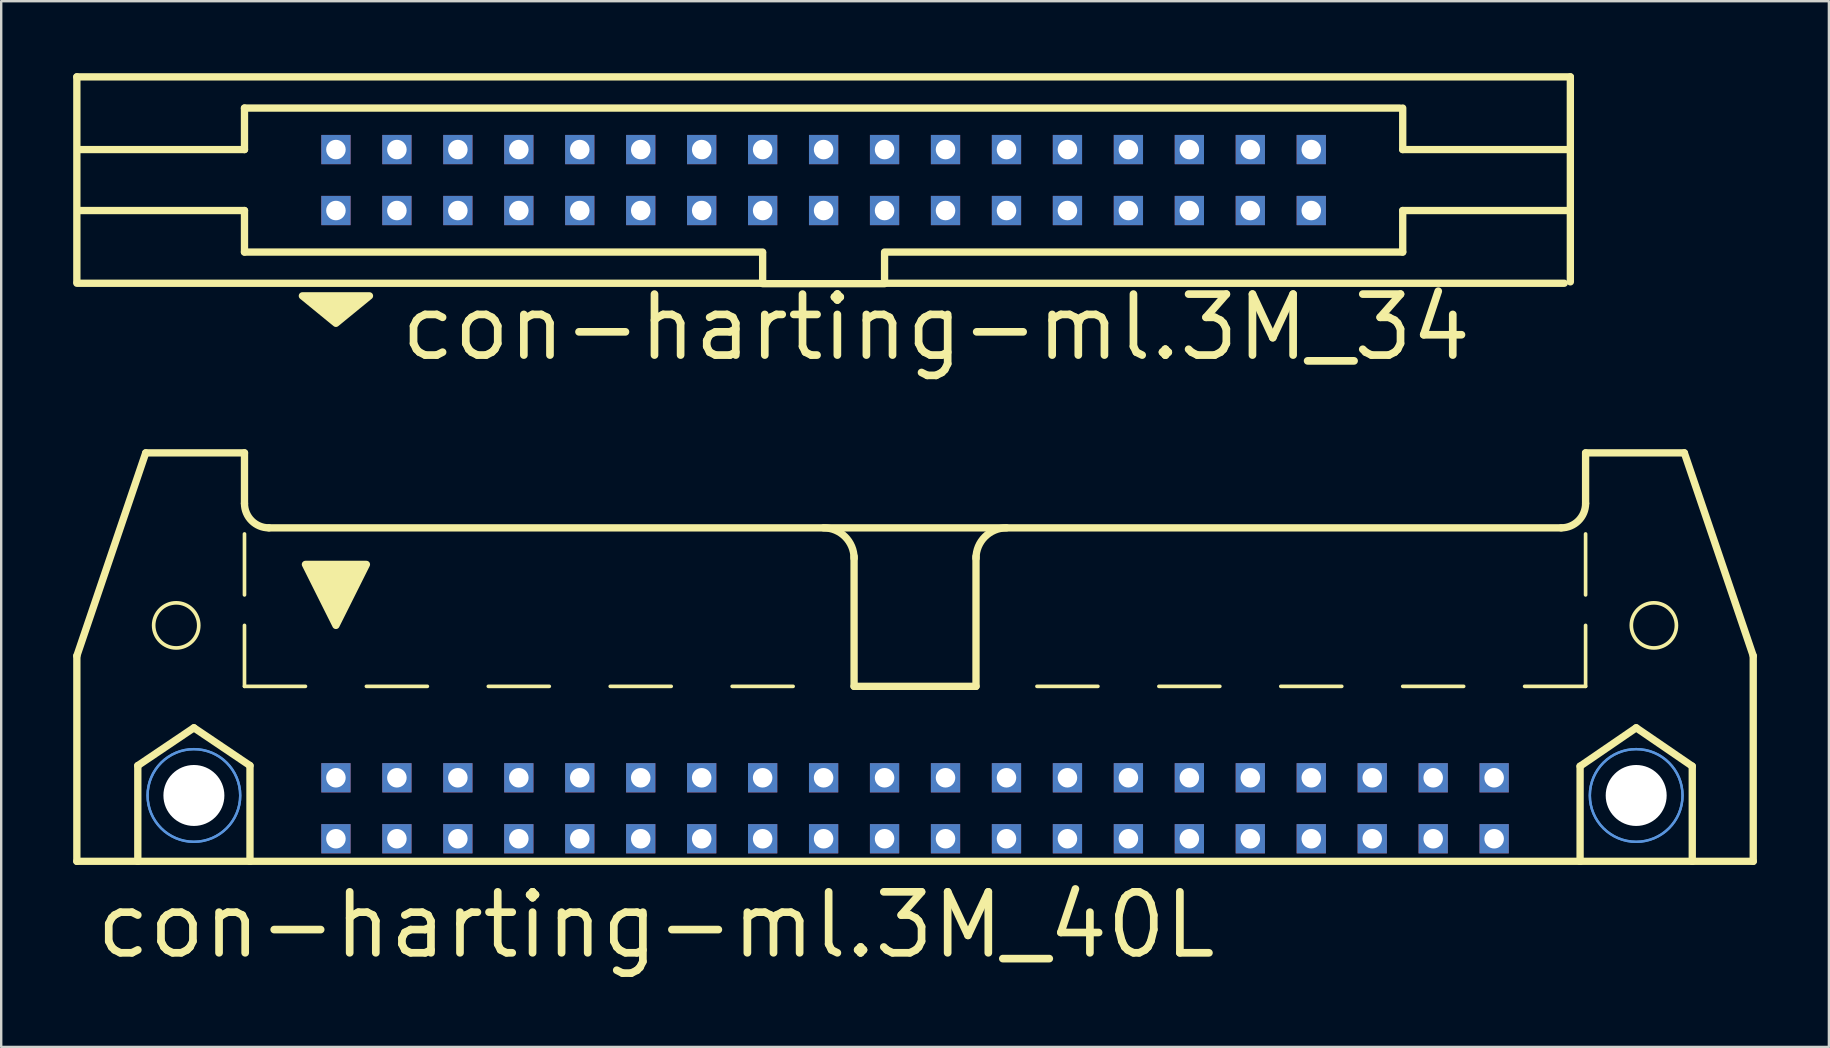
<source format=kicad_pcb>
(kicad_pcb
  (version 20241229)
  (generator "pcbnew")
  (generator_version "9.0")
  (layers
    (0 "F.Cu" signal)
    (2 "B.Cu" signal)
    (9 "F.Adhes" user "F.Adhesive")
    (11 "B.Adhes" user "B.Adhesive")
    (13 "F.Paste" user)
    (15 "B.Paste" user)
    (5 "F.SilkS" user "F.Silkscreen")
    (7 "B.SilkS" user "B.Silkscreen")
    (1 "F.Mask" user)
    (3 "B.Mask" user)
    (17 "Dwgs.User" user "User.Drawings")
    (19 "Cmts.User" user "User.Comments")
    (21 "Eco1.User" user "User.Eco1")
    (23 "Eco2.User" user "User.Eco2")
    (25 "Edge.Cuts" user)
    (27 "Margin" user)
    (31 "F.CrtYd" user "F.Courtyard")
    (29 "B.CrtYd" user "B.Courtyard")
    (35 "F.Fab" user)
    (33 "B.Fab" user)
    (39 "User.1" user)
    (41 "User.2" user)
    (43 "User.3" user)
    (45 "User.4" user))
  (footprint "con-harting-ml.3M_34"
    (layer "F.Cu")
    (at 31.267 4.452)
    (property "Reference" "con-harting-ml.3M_34" (at -17.78 7.62 0) (layer "F.SilkS") (effects (font (size 2.54 2.54) (thickness 0.32)) (justify left bottom)))
    (attr through_hole)
    (fp_line (start -31.115 -4.3) (end -31.115 4.242) (stroke (width 0.305) (type default)) (layer "F.SilkS"))
    (fp_line (start -31.115 4.3) (end -2.54 4.3) (stroke (width 0.305) (type default)) (layer "F.SilkS"))
    (fp_line (start -24.13 -1.27) (end -30.988 -1.27) (stroke (width 0.305) (type default)) (layer "F.SilkS"))
    (fp_line (start -24.13 -1.27) (end -24.13 -3) (stroke (width 0.305) (type default)) (layer "F.SilkS"))
    (fp_line (start -24.13 1.27) (end -30.988 1.27) (stroke (width 0.305) (type default)) (layer "F.SilkS"))
    (fp_line (start -24.13 3) (end -24.13 1.27) (stroke (width 0.305) (type default)) (layer "F.SilkS"))
    (fp_line (start -2.54 3) (end -24.13 3) (stroke (width 0.305) (type default)) (layer "F.SilkS"))
    (fp_line (start -2.54 4.3) (end -2.54 3.048) (stroke (width 0.305) (type default)) (layer "F.SilkS"))
    (fp_line (start -2.54 4.318) (end 2.54 4.318) (stroke (width 0.305) (type default)) (layer "F.SilkS"))
    (fp_line (start 2.54 3.048) (end 2.54 4.3) (stroke (width 0.305) (type default)) (layer "F.SilkS"))
    (fp_line (start 2.54 4.3) (end 30.861 4.3) (stroke (width 0.305) (type default)) (layer "F.SilkS"))
    (fp_line (start 24.003 -3) (end -24.13 -3) (stroke (width 0.305) (type default)) (layer "F.SilkS"))
    (fp_line (start 24.13 -1.27) (end 24.13 -3) (stroke (width 0.305) (type default)) (layer "F.SilkS"))
    (fp_line (start 24.13 -1.27) (end 30.988 -1.27) (stroke (width 0.305) (type default)) (layer "F.SilkS"))
    (fp_line (start 24.13 1.27) (end 30.988 1.27) (stroke (width 0.305) (type default)) (layer "F.SilkS"))
    (fp_line (start 24.13 3) (end 2.54 3) (stroke (width 0.305) (type default)) (layer "F.SilkS"))
    (fp_line (start 24.13 3) (end 24.13 1.27) (stroke (width 0.305) (type default)) (layer "F.SilkS"))
    (fp_line (start 31.115 -4.3) (end -31.115 -4.3) (stroke (width 0.305) (type default)) (layer "F.SilkS"))
    (fp_line (start 31.115 4.242) (end 31.115 -4.3) (stroke (width 0.305) (type default)) (layer "F.SilkS"))
    (fp_poly (pts (xy -21.717 4.826) (xy -18.923 4.826) (xy -20.32 5.969)) (stroke (width 0.305) (type default)) (fill yes) (layer "F.SilkS"))
    (pad "1" thru_hole rect (at -20.32 1.27) (size 1.219 1.219) (drill 0.813) (layers "*.Cu" "*.Mask"))
    (pad "2" thru_hole rect (at -20.32 -1.27) (size 1.219 1.219) (drill 0.813) (layers "*.Cu" "*.Mask"))
    (pad "3" thru_hole rect (at -17.78 1.27) (size 1.219 1.219) (drill 0.813) (layers "*.Cu" "*.Mask"))
    (pad "4" thru_hole rect (at -17.78 -1.27) (size 1.219 1.219) (drill 0.813) (layers "*.Cu" "*.Mask"))
    (pad "5" thru_hole rect (at -15.24 1.27) (size 1.219 1.219) (drill 0.813) (layers "*.Cu" "*.Mask"))
    (pad "6" thru_hole rect (at -15.24 -1.27) (size 1.219 1.219) (drill 0.813) (layers "*.Cu" "*.Mask"))
    (pad "7" thru_hole rect (at -12.7 1.27) (size 1.219 1.219) (drill 0.813) (layers "*.Cu" "*.Mask"))
    (pad "8" thru_hole rect (at -12.7 -1.27) (size 1.219 1.219) (drill 0.813) (layers "*.Cu" "*.Mask"))
    (pad "9" thru_hole rect (at -10.16 1.27) (size 1.219 1.219) (drill 0.813) (layers "*.Cu" "*.Mask"))
    (pad "10" thru_hole rect (at -10.16 -1.27) (size 1.219 1.219) (drill 0.813) (layers "*.Cu" "*.Mask"))
    (pad "11" thru_hole rect (at -7.62 1.27) (size 1.219 1.219) (drill 0.813) (layers "*.Cu" "*.Mask"))
    (pad "12" thru_hole rect (at -7.62 -1.27) (size 1.219 1.219) (drill 0.813) (layers "*.Cu" "*.Mask"))
    (pad "13" thru_hole rect (at -5.08 1.27) (size 1.219 1.219) (drill 0.813) (layers "*.Cu" "*.Mask"))
    (pad "14" thru_hole rect (at -5.08 -1.27) (size 1.219 1.219) (drill 0.813) (layers "*.Cu" "*.Mask"))
    (pad "15" thru_hole rect (at -2.54 1.27) (size 1.219 1.219) (drill 0.813) (layers "*.Cu" "*.Mask"))
    (pad "16" thru_hole rect (at -2.54 -1.27) (size 1.219 1.219) (drill 0.813) (layers "*.Cu" "*.Mask"))
    (pad "17" thru_hole rect (at 0 1.27) (size 1.219 1.219) (drill 0.813) (layers "*.Cu" "*.Mask"))
    (pad "18" thru_hole rect (at 0 -1.27) (size 1.219 1.219) (drill 0.813) (layers "*.Cu" "*.Mask"))
    (pad "19" thru_hole rect (at 2.54 1.27) (size 1.219 1.219) (drill 0.813) (layers "*.Cu" "*.Mask"))
    (pad "20" thru_hole rect (at 2.54 -1.27) (size 1.219 1.219) (drill 0.813) (layers "*.Cu" "*.Mask"))
    (pad "21" thru_hole rect (at 5.08 1.27) (size 1.219 1.219) (drill 0.813) (layers "*.Cu" "*.Mask"))
    (pad "22" thru_hole rect (at 5.08 -1.27) (size 1.219 1.219) (drill 0.813) (layers "*.Cu" "*.Mask"))
    (pad "23" thru_hole rect (at 7.62 1.27) (size 1.219 1.219) (drill 0.813) (layers "*.Cu" "*.Mask"))
    (pad "24" thru_hole rect (at 7.62 -1.27) (size 1.219 1.219) (drill 0.813) (layers "*.Cu" "*.Mask"))
    (pad "25" thru_hole rect (at 10.16 1.27) (size 1.219 1.219) (drill 0.813) (layers "*.Cu" "*.Mask"))
    (pad "26" thru_hole rect (at 10.16 -1.27) (size 1.219 1.219) (drill 0.813) (layers "*.Cu" "*.Mask"))
    (pad "27" thru_hole rect (at 12.7 1.27) (size 1.219 1.219) (drill 0.813) (layers "*.Cu" "*.Mask"))
    (pad "28" thru_hole rect (at 12.7 -1.27) (size 1.219 1.219) (drill 0.813) (layers "*.Cu" "*.Mask"))
    (pad "29" thru_hole rect (at 15.24 1.27) (size 1.219 1.219) (drill 0.813) (layers "*.Cu" "*.Mask"))
    (pad "30" thru_hole rect (at 15.24 -1.27) (size 1.219 1.219) (drill 0.813) (layers "*.Cu" "*.Mask"))
    (pad "31" thru_hole rect (at 17.78 1.27) (size 1.219 1.219) (drill 0.813) (layers "*.Cu" "*.Mask"))
    (pad "32" thru_hole rect (at 17.78 -1.27) (size 1.219 1.219) (drill 0.813) (layers "*.Cu" "*.Mask"))
    (pad "33" thru_hole rect (at 20.32 1.27) (size 1.219 1.219) (drill 0.813) (layers "*.Cu" "*.Mask"))
    (pad "34" thru_hole rect (at 20.32 -1.27) (size 1.219 1.219) (drill 0.813) (layers "*.Cu" "*.Mask")))
  (footprint "con-harting-ml.3M_40L"
    (layer "F.Cu")
    (at 35.077 26.818)
    (property "Reference" "con-harting-ml.3M_40L" (at -34.29 10.16 0) (layer "F.SilkS") (effects (font (size 2.54 2.54) (thickness 0.32)) (justify left bottom)))
    (attr through_hole)
    (fp_line (start -34.925 -2.54) (end -34.925 6.02) (stroke (width 0.305) (type default)) (layer "F.SilkS"))
    (fp_line (start -34.925 -2.54) (end -32.055 -10.998) (stroke (width 0.305) (type default)) (layer "F.SilkS"))
    (fp_line (start -34.925 6.02) (end -32.385 6.02) (stroke (width 0.305) (type default)) (layer "F.SilkS"))
    (fp_line (start -32.385 2.032) (end -30.048 0.457) (stroke (width 0.305) (type default)) (layer "F.SilkS"))
    (fp_line (start -32.385 6.02) (end -32.385 2.032) (stroke (width 0.305) (type default)) (layer "F.SilkS"))
    (fp_line (start -32.385 6.02) (end -27.711 6.02) (stroke (width 0.305) (type default)) (layer "F.SilkS"))
    (fp_line (start -30.048 0.457) (end -27.711 2.032) (stroke (width 0.305) (type default)) (layer "F.SilkS"))
    (fp_line (start -27.94 -10.998) (end -32.055 -10.998) (stroke (width 0.305) (type default)) (layer "F.SilkS"))
    (fp_line (start -27.94 -8.89) (end -27.94 -10.998) (stroke (width 0.305) (type default)) (layer "F.SilkS"))
    (fp_line (start -27.94 -5.08) (end -27.94 -7.62) (stroke (width 0.152) (type default)) (layer "F.SilkS"))
    (fp_line (start -27.94 -1.27) (end -27.94 -3.81) (stroke (width 0.152) (type default)) (layer "F.SilkS"))
    (fp_line (start -27.94 -1.27) (end -25.4 -1.27) (stroke (width 0.152) (type default)) (layer "F.SilkS"))
    (fp_line (start -27.711 2.032) (end -27.711 6.02) (stroke (width 0.305) (type default)) (layer "F.SilkS"))
    (fp_line (start -27.711 6.02) (end 27.711 6.02) (stroke (width 0.305) (type default)) (layer "F.SilkS"))
    (fp_line (start -26.924 -7.874) (end 26.924 -7.874) (stroke (width 0.305) (type default)) (layer "F.SilkS"))
    (fp_line (start -22.86 -1.27) (end -20.32 -1.27) (stroke (width 0.152) (type default)) (layer "F.SilkS"))
    (fp_line (start -17.78 -1.27) (end -15.24 -1.27) (stroke (width 0.152) (type default)) (layer "F.SilkS"))
    (fp_line (start -12.7 -1.27) (end -10.16 -1.27) (stroke (width 0.152) (type default)) (layer "F.SilkS"))
    (fp_line (start -7.62 -1.27) (end -5.08 -1.27) (stroke (width 0.152) (type default)) (layer "F.SilkS"))
    (fp_line (start -2.54 -1.27) (end -2.54 -6.68) (stroke (width 0.305) (type default)) (layer "F.SilkS"))
    (fp_line (start 0 -1.27) (end 2.54 -1.27) (stroke (width 0.152) (type default)) (layer "F.SilkS"))
    (fp_line (start 2.54 -1.27) (end -2.54 -1.27) (stroke (width 0.305) (type default)) (layer "F.SilkS"))
    (fp_line (start 2.54 -1.27) (end 2.54 -6.68) (stroke (width 0.305) (type default)) (layer "F.SilkS"))
    (fp_line (start 7.62 -1.27) (end 5.08 -1.27) (stroke (width 0.152) (type default)) (layer "F.SilkS"))
    (fp_line (start 12.7 -1.27) (end 10.16 -1.27) (stroke (width 0.152) (type default)) (layer "F.SilkS"))
    (fp_line (start 17.78 -1.27) (end 15.24 -1.27) (stroke (width 0.152) (type default)) (layer "F.SilkS"))
    (fp_line (start 22.86 -1.27) (end 20.32 -1.27) (stroke (width 0.152) (type default)) (layer "F.SilkS"))
    (fp_line (start 27.711 2.057) (end 30.048 0.457) (stroke (width 0.305) (type default)) (layer "F.SilkS"))
    (fp_line (start 27.711 6.02) (end 27.711 2.057) (stroke (width 0.305) (type default)) (layer "F.SilkS"))
    (fp_line (start 27.711 6.02) (end 32.385 6.02) (stroke (width 0.305) (type default)) (layer "F.SilkS"))
    (fp_line (start 27.94 -10.998) (end 32.055 -10.998) (stroke (width 0.305) (type default)) (layer "F.SilkS"))
    (fp_line (start 27.94 -8.89) (end 27.94 -10.998) (stroke (width 0.305) (type default)) (layer "F.SilkS"))
    (fp_line (start 27.94 -5.08) (end 27.94 -7.62) (stroke (width 0.152) (type default)) (layer "F.SilkS"))
    (fp_line (start 27.94 -1.27) (end 25.4 -1.27) (stroke (width 0.152) (type default)) (layer "F.SilkS"))
    (fp_line (start 27.94 -1.27) (end 27.94 -3.81) (stroke (width 0.152) (type default)) (layer "F.SilkS"))
    (fp_line (start 30.048 0.457) (end 32.385 2.057) (stroke (width 0.305) (type default)) (layer "F.SilkS"))
    (fp_line (start 32.385 2.057) (end 32.385 6.02) (stroke (width 0.305) (type default)) (layer "F.SilkS"))
    (fp_line (start 32.385 6.02) (end 34.925 6.02) (stroke (width 0.305) (type default)) (layer "F.SilkS"))
    (fp_line (start 34.925 -2.54) (end 32.055 -10.998) (stroke (width 0.305) (type default)) (layer "F.SilkS"))
    (fp_line (start 34.925 6.02) (end 34.925 -2.54) (stroke (width 0.305) (type default)) (layer "F.SilkS"))
    (fp_arc (start -26.924 -7.874) (mid -27.64242 -8.17158) (end -27.94 -8.89) (stroke (width 0.3048) (type default)) (layer "F.SilkS"))
    (fp_arc (start -3.81 -7.874) (mid -2.911974 -7.502026) (end -2.54 -6.604) (stroke (width 0.3048) (type default)) (layer "F.SilkS"))
    (fp_arc (start 2.54 -6.604) (mid 2.911974 -7.502026) (end 3.81 -7.874) (stroke (width 0.3048) (type default)) (layer "F.SilkS"))
    (fp_arc (start 27.94 -8.89) (mid 27.64242 -8.17158) (end 26.924 -7.874) (stroke (width 0.3048) (type default)) (layer "F.SilkS"))
    (fp_circle (center -30.785 -3.81) (end -29.845 -3.81) (stroke (width 0.152) (type default)) (fill no) (layer "F.SilkS"))
    (fp_circle (center 30.785 -3.81) (end 31.725 -3.81) (stroke (width 0.152) (type default)) (fill no) (layer "F.SilkS"))
    (fp_poly (pts (xy -25.4 -6.35) (xy -22.86 -6.35) (xy -24.13 -3.81)) (stroke (width 0.305) (type default)) (fill yes) (layer "F.SilkS"))
    (fp_circle (center -30.048 3.277) (end -28.118 3.277) (stroke (width 0.1) (type default)) (fill no) (layer "Cmts.User"))
    (fp_circle (center -30.048 3.277) (end -28.118 3.277) (stroke (width 0.1) (type default)) (fill no) (layer "Cmts.User"))
    (fp_circle (center 30.048 3.277) (end 31.979 3.277) (stroke (width 0.1) (type default)) (fill no) (layer "Cmts.User"))
    (fp_circle (center 30.048 3.277) (end 31.979 3.277) (stroke (width 0.1) (type default)) (fill no) (layer "Cmts.User"))
    (pad "" np_thru_hole circle (at -30.048 3.277) (size 2.54 2.54) (drill 2.54) (layers "*.Cu" "*.Mask"))
    (pad "" np_thru_hole circle (at 30.048 3.277) (size 2.54 2.54) (drill 2.54) (layers "*.Cu" "*.Mask"))
    (pad "1" thru_hole rect (at -24.13 5.08) (size 1.219 1.219) (drill 0.813) (layers "*.Cu" "*.Mask"))
    (pad "2" thru_hole rect (at -24.13 2.54) (size 1.219 1.219) (drill 0.813) (layers "*.Cu" "*.Mask"))
    (pad "3" thru_hole rect (at -21.59 5.08) (size 1.219 1.219) (drill 0.813) (layers "*.Cu" "*.Mask"))
    (pad "4" thru_hole rect (at -21.59 2.54) (size 1.219 1.219) (drill 0.813) (layers "*.Cu" "*.Mask"))
    (pad "5" thru_hole rect (at -19.05 5.08) (size 1.219 1.219) (drill 0.813) (layers "*.Cu" "*.Mask"))
    (pad "6" thru_hole rect (at -19.05 2.54) (size 1.219 1.219) (drill 0.813) (layers "*.Cu" "*.Mask"))
    (pad "7" thru_hole rect (at -16.51 5.08) (size 1.219 1.219) (drill 0.813) (layers "*.Cu" "*.Mask"))
    (pad "8" thru_hole rect (at -16.51 2.54) (size 1.219 1.219) (drill 0.813) (layers "*.Cu" "*.Mask"))
    (pad "9" thru_hole rect (at -13.97 5.08) (size 1.219 1.219) (drill 0.813) (layers "*.Cu" "*.Mask"))
    (pad "10" thru_hole rect (at -13.97 2.54) (size 1.219 1.219) (drill 0.813) (layers "*.Cu" "*.Mask"))
    (pad "11" thru_hole rect (at -11.43 5.08) (size 1.219 1.219) (drill 0.813) (layers "*.Cu" "*.Mask"))
    (pad "12" thru_hole rect (at -11.43 2.54) (size 1.219 1.219) (drill 0.813) (layers "*.Cu" "*.Mask"))
    (pad "13" thru_hole rect (at -8.89 5.08) (size 1.219 1.219) (drill 0.813) (layers "*.Cu" "*.Mask"))
    (pad "14" thru_hole rect (at -8.89 2.54) (size 1.219 1.219) (drill 0.813) (layers "*.Cu" "*.Mask"))
    (pad "15" thru_hole rect (at -6.35 5.08) (size 1.219 1.219) (drill 0.813) (layers "*.Cu" "*.Mask"))
    (pad "16" thru_hole rect (at -6.35 2.54) (size 1.219 1.219) (drill 0.813) (layers "*.Cu" "*.Mask"))
    (pad "17" thru_hole rect (at -3.81 5.08) (size 1.219 1.219) (drill 0.813) (layers "*.Cu" "*.Mask"))
    (pad "18" thru_hole rect (at -3.81 2.54) (size 1.219 1.219) (drill 0.813) (layers "*.Cu" "*.Mask"))
    (pad "19" thru_hole rect (at -1.27 5.08) (size 1.219 1.219) (drill 0.813) (layers "*.Cu" "*.Mask"))
    (pad "20" thru_hole rect (at -1.27 2.54) (size 1.219 1.219) (drill 0.813) (layers "*.Cu" "*.Mask"))
    (pad "21" thru_hole rect (at 1.27 5.08) (size 1.219 1.219) (drill 0.813) (layers "*.Cu" "*.Mask"))
    (pad "22" thru_hole rect (at 1.27 2.54) (size 1.219 1.219) (drill 0.813) (layers "*.Cu" "*.Mask"))
    (pad "23" thru_hole rect (at 3.81 5.08) (size 1.219 1.219) (drill 0.813) (layers "*.Cu" "*.Mask"))
    (pad "24" thru_hole rect (at 3.81 2.54) (size 1.219 1.219) (drill 0.813) (layers "*.Cu" "*.Mask"))
    (pad "25" thru_hole rect (at 6.35 5.08) (size 1.219 1.219) (drill 0.813) (layers "*.Cu" "*.Mask"))
    (pad "26" thru_hole rect (at 6.35 2.54) (size 1.219 1.219) (drill 0.813) (layers "*.Cu" "*.Mask"))
    (pad "27" thru_hole rect (at 8.89 5.08) (size 1.219 1.219) (drill 0.813) (layers "*.Cu" "*.Mask"))
    (pad "28" thru_hole rect (at 8.89 2.54) (size 1.219 1.219) (drill 0.813) (layers "*.Cu" "*.Mask"))
    (pad "29" thru_hole rect (at 11.43 5.08) (size 1.219 1.219) (drill 0.813) (layers "*.Cu" "*.Mask"))
    (pad "30" thru_hole rect (at 11.43 2.54) (size 1.219 1.219) (drill 0.813) (layers "*.Cu" "*.Mask"))
    (pad "31" thru_hole rect (at 13.97 5.08) (size 1.219 1.219) (drill 0.813) (layers "*.Cu" "*.Mask"))
    (pad "32" thru_hole rect (at 13.97 2.54) (size 1.219 1.219) (drill 0.813) (layers "*.Cu" "*.Mask"))
    (pad "33" thru_hole rect (at 16.51 5.08) (size 1.219 1.219) (drill 0.813) (layers "*.Cu" "*.Mask"))
    (pad "34" thru_hole rect (at 16.51 2.54) (size 1.219 1.219) (drill 0.813) (layers "*.Cu" "*.Mask"))
    (pad "35" thru_hole rect (at 19.05 5.08) (size 1.219 1.219) (drill 0.813) (layers "*.Cu" "*.Mask"))
    (pad "36" thru_hole rect (at 19.05 2.54) (size 1.219 1.219) (drill 0.813) (layers "*.Cu" "*.Mask"))
    (pad "37" thru_hole rect (at 21.59 5.08) (size 1.219 1.219) (drill 0.813) (layers "*.Cu" "*.Mask"))
    (pad "38" thru_hole rect (at 21.59 2.54) (size 1.219 1.219) (drill 0.813) (layers "*.Cu" "*.Mask"))
    (pad "39" thru_hole rect (at 24.13 5.08) (size 1.219 1.219) (drill 0.813) (layers "*.Cu" "*.Mask"))
    (pad "40" thru_hole rect (at 24.13 2.54) (size 1.219 1.219) (drill 0.813) (layers "*.Cu" "*.Mask")))
  (gr_rect
    (start -3 -3)
    (end 73.155 40.573)
    (stroke (width 0.1) (type default))
    (fill no)
    (layer "Edge.Cuts")))
</source>
